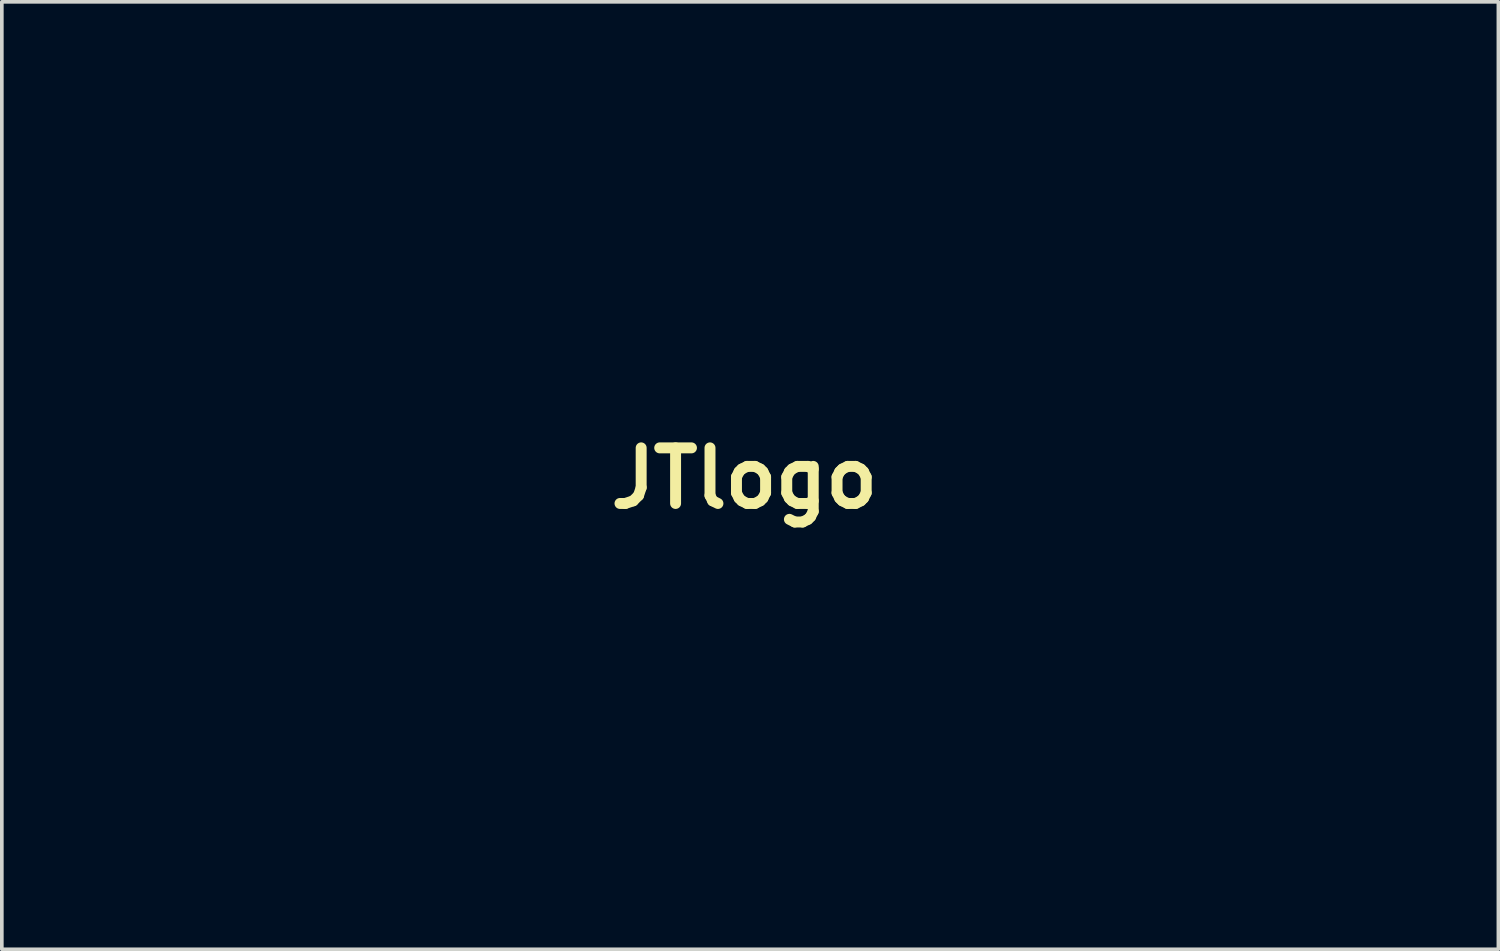
<source format=kicad_pcb>
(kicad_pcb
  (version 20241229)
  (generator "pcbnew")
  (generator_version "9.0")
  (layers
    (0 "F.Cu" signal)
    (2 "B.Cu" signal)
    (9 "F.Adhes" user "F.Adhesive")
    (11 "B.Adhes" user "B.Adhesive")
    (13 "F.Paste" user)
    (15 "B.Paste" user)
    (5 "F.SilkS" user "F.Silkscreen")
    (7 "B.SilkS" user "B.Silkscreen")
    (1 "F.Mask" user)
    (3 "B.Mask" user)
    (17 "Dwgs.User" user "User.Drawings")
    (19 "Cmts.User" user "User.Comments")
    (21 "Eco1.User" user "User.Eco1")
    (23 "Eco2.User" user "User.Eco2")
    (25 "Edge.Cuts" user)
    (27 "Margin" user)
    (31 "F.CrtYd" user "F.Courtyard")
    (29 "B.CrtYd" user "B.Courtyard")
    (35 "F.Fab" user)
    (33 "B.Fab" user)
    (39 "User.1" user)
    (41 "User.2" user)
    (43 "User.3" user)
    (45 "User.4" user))
  (footprint "JTlogo"
    (layer "F.Cu")
    (at 17.358 10.063)
    (property "Reference" "JTlogo" (at 0 0 0) (layer "F.SilkS") (effects (font (size 1.524 1.524) (thickness 0.3))))
    (attr through_hole)
    (fp_poly (pts (xy 17.478 -5.433) (xy 17.598 -5.424) (xy 17.654 -5.403) (xy 17.664 -5.366) (xy 17.66 -5.347) (xy 17.633 -5.25) (xy 17.585 -5.073) (xy 17.519 -4.828) (xy 17.438 -4.526) (xy 17.345 -4.18) (xy 17.244 -3.801) (xy 17.137 -3.402) (xy 17.029 -2.994) (xy 16.921 -2.589) (xy 16.817 -2.198) (xy 16.721 -1.835) (xy 16.635 -1.511) (xy 16.563 -1.237) (xy 16.507 -1.026) (xy 16.472 -0.889) (xy 16.459 -0.839) (xy 16.41 -0.834) (xy 16.269 -0.829) (xy 16.044 -0.825) (xy 15.747 -0.821) (xy 15.385 -0.818) (xy 14.968 -0.816) (xy 14.507 -0.814) (xy 14.009 -0.813) (xy 13.792 -0.813) (xy 13.282 -0.812) (xy 12.804 -0.811) (xy 12.368 -0.809) (xy 11.982 -0.807) (xy 11.656 -0.804) (xy 11.4 -0.801) (xy 11.223 -0.797) (xy 11.134 -0.793) (xy 11.125 -0.791) (xy 11.112 -0.74) (xy 11.075 -0.597) (xy 11.015 -0.369) (xy 10.933 -0.062) (xy 10.832 0.318) (xy 10.713 0.765) (xy 10.578 1.271) (xy 10.428 1.831) (xy 10.266 2.439) (xy 10.093 3.088) (xy 9.91 3.771) (xy 9.72 4.483) (xy 9.703 4.547) (xy 9.512 5.26) (xy 9.328 5.947) (xy 9.154 6.599) (xy 8.991 7.21) (xy 8.84 7.775) (xy 8.704 8.286) (xy 8.583 8.738) (xy 8.481 9.124) (xy 8.397 9.438) (xy 8.335 9.674) (xy 8.296 9.824) (xy 8.281 9.884) (xy 8.28 9.884) (xy 8.231 9.889) (xy 8.091 9.893) (xy 7.869 9.897) (xy 7.575 9.9) (xy 7.22 9.903) (xy 6.815 9.904) (xy 6.368 9.906) (xy 5.969 9.906) (xy 5.495 9.906) (xy 5.054 9.905) (xy 4.656 9.903) (xy 4.311 9.901) (xy 4.028 9.898) (xy 3.819 9.895) (xy 3.692 9.891) (xy 3.658 9.888) (xy 3.672 9.833) (xy 3.706 9.724) (xy 3.706 9.723) (xy 3.75 9.576) (xy 3.799 9.399) (xy 3.809 9.36) (xy 3.865 9.144) (xy 5.768 9.144) (xy 6.196 9.143) (xy 6.591 9.141) (xy 6.941 9.138) (xy 7.235 9.134) (xy 7.462 9.128) (xy 7.611 9.123) (xy 7.67 9.116) (xy 7.671 9.116) (xy 7.684 9.065) (xy 7.721 8.923) (xy 7.78 8.7) (xy 7.859 8.401) (xy 7.956 8.036) (xy 8.069 7.611) (xy 8.196 7.135) (xy 8.334 6.615) (xy 8.482 6.06) (xy 8.638 5.477) (xy 8.799 4.873) (xy 8.963 4.258) (xy 9.129 3.637) (xy 9.294 3.02) (xy 9.456 2.414) (xy 9.613 1.827) (xy 9.763 1.267) (xy 9.904 0.741) (xy 10.033 0.257) (xy 10.15 -0.177) (xy 10.251 -0.553) (xy 10.334 -0.863) (xy 10.398 -1.1) (xy 10.441 -1.255) (xy 10.448 -1.283) (xy 10.529 -1.575) (xy 15.846 -1.575) (xy 15.896 -1.765) (xy 15.921 -1.859) (xy 15.969 -2.037) (xy 16.036 -2.288) (xy 16.119 -2.599) (xy 16.215 -2.957) (xy 16.32 -3.348) (xy 16.406 -3.67) (xy 16.513 -4.071) (xy 16.612 -4.439) (xy 16.698 -4.765) (xy 16.77 -5.036) (xy 16.823 -5.242) (xy 16.856 -5.37) (xy 16.866 -5.41) (xy 16.912 -5.422) (xy 17.037 -5.431) (xy 17.215 -5.435) (xy 17.275 -5.436) (xy 17.478 -5.433)) (stroke (width 0.01) (type solid)) (fill no) (layer "Eco2.User"))
    (fp_poly (pts (xy 0.291 -10.058) (xy 0.761 -10.056) (xy 1.143 -10.053) (xy 1.445 -10.049) (xy 1.675 -10.042) (xy 1.84 -10.034) (xy 1.948 -10.023) (xy 2.005 -10.01) (xy 2.018 -9.995) (xy 2.018 -9.994) (xy 1.998 -9.928) (xy 1.957 -9.779) (xy 1.898 -9.564) (xy 1.826 -9.298) (xy 1.744 -8.993) (xy 1.657 -8.667) (xy 1.568 -8.332) (xy 1.482 -8.005) (xy 1.401 -7.7) (xy 1.331 -7.431) (xy 1.274 -7.213) (xy 1.236 -7.062) (xy 1.22 -6.992) (xy 1.219 -6.989) (xy 1.266 -6.975) (xy 1.39 -6.968) (xy 1.569 -6.968) (xy 1.633 -6.97) (xy 2.047 -6.985) (xy 2.136 -7.315) (xy 2.195 -7.532) (xy 2.265 -7.793) (xy 2.333 -8.046) (xy 2.338 -8.065) (xy 2.45 -8.484) (xy 2.854 -8.484) (xy 3.055 -8.481) (xy 3.173 -8.472) (xy 3.227 -8.45) (xy 3.236 -8.413) (xy 3.232 -8.395) (xy 3.209 -8.313) (xy 3.166 -8.155) (xy 3.11 -7.944) (xy 3.046 -7.703) (xy 3.045 -7.698) (xy 2.981 -7.459) (xy 2.925 -7.253) (xy 2.882 -7.102) (xy 2.86 -7.026) (xy 2.859 -7.025) (xy 2.871 -7.016) (xy 2.919 -7.007) (xy 3.006 -6.999) (xy 3.138 -6.992) (xy 3.318 -6.986) (xy 3.552 -6.98) (xy 3.843 -6.975) (xy 4.196 -6.97) (xy 4.616 -6.966) (xy 5.107 -6.962) (xy 5.673 -6.959) (xy 6.319 -6.956) (xy 7.05 -6.953) (xy 7.869 -6.951) (xy 8.782 -6.949) (xy 9.636 -6.947) (xy 16.439 -6.934) (xy 15.83 -4.661) (xy 15.222 -2.388) (xy 12.569 -2.388) (xy 11.956 -2.387) (xy 11.438 -2.386) (xy 11.008 -2.383) (xy 10.659 -2.378) (xy 10.385 -2.373) (xy 10.178 -2.365) (xy 10.033 -2.355) (xy 9.943 -2.344) (xy 9.9 -2.33) (xy 9.895 -2.324) (xy 9.879 -2.267) (xy 9.838 -2.119) (xy 9.775 -1.885) (xy 9.691 -1.572) (xy 9.588 -1.187) (xy 9.467 -0.736) (xy 9.331 -0.225) (xy 9.18 0.34) (xy 9.017 0.951) (xy 8.843 1.603) (xy 8.66 2.288) (xy 8.47 3.002) (xy 8.454 3.06) (xy 7.036 8.381) (xy 4.737 8.381) (xy 4.157 8.381) (xy 3.672 8.379) (xy 3.278 8.375) (xy 2.966 8.369) (xy 2.733 8.362) (xy 2.571 8.352) (xy 2.475 8.34) (xy 2.439 8.325) (xy 2.438 8.323) (xy 2.451 8.268) (xy 2.488 8.123) (xy 2.547 7.897) (xy 2.626 7.599) (xy 2.721 7.235) (xy 2.833 6.816) (xy 2.957 6.349) (xy 3.091 5.843) (xy 3.234 5.306) (xy 3.383 4.746) (xy 3.537 4.172) (xy 3.691 3.593) (xy 3.846 3.017) (xy 3.997 2.452) (xy 4.143 1.906) (xy 4.282 1.389) (xy 4.412 0.907) (xy 4.529 0.471) (xy 4.633 0.088) (xy 4.72 -0.233) (xy 4.789 -0.485) (xy 4.837 -0.657) (xy 4.861 -0.743) (xy 4.864 -0.75) (xy 4.852 -0.767) (xy 4.795 -0.781) (xy 4.686 -0.791) (xy 4.517 -0.798) (xy 4.279 -0.803) (xy 3.965 -0.804) (xy 3.566 -0.804) (xy 3.073 -0.801) (xy 3.041 -0.801) (xy 1.195 -0.787) (xy 0.533 1.676) (xy 0.398 2.175) (xy 0.265 2.656) (xy 0.139 3.109) (xy 0.021 3.521) (xy -0.084 3.882) (xy -0.173 4.18) (xy -0.243 4.403) (xy -0.291 4.54) (xy -0.294 4.547) (xy -0.679 5.361) (xy -1.151 6.13) (xy -1.702 6.847) (xy -2.324 7.507) (xy -3.011 8.103) (xy -3.756 8.628) (xy -4.55 9.078) (xy -5.387 9.445) (xy -6.259 9.724) (xy -6.502 9.784) (xy -6.605 9.805) (xy -6.721 9.822) (xy -6.861 9.837) (xy -7.035 9.849) (xy -7.253 9.859) (xy -7.523 9.866) (xy -7.856 9.873) (xy -8.263 9.878) (xy -8.751 9.882) (xy -9.296 9.886) (xy -9.906 9.889) (xy -10.423 9.89) (xy -10.855 9.888) (xy -11.21 9.884) (xy -11.497 9.877) (xy -11.724 9.868) (xy -11.899 9.855) (xy -12.031 9.84) (xy -12.073 9.833) (xy -12.737 9.665) (xy -13.381 9.418) (xy -13.856 9.173) (xy -14.066 9.031) (xy -14.314 8.834) (xy -14.575 8.605) (xy -14.821 8.368) (xy -15.027 8.147) (xy -15.098 8.061) (xy -15.264 7.849) (xy -15.036 8.031) (xy -14.561 8.361) (xy -14.014 8.653) (xy -13.423 8.894) (xy -12.992 9.026) (xy -12.847 9.051) (xy -12.613 9.073) (xy -12.303 9.092) (xy -11.931 9.108) (xy -11.509 9.121) (xy -11.05 9.131) (xy -10.568 9.138) (xy -10.075 9.142) (xy -9.584 9.142) (xy -9.109 9.139) (xy -8.662 9.133) (xy -8.256 9.123) (xy -7.905 9.109) (xy -7.62 9.091) (xy -7.416 9.07) (xy -7.391 9.066) (xy -6.563 8.878) (xy -5.75 8.595) (xy -4.962 8.224) (xy -4.208 7.772) (xy -3.496 7.245) (xy -2.835 6.65) (xy -2.235 5.995) (xy -1.703 5.284) (xy -1.25 4.526) (xy -1.17 4.371) (xy -1.089 4.207) (xy -1.017 4.055) (xy -0.951 3.905) (xy -0.887 3.746) (xy -0.823 3.57) (xy -0.755 3.366) (xy -0.68 3.125) (xy -0.596 2.837) (xy -0.498 2.492) (xy -0.385 2.08) (xy -0.253 1.593) (xy -0.099 1.019) (xy -0.053 0.851) (xy 0.591 -1.549) (xy 2.832 -1.563) (xy 5.073 -1.576) (xy 5.15 -1.842) (xy 5.2 -2.022) (xy 5.244 -2.185) (xy 5.26 -2.248) (xy 5.294 -2.388) (xy 2.65 -2.388) (xy 2.136 -2.387) (xy 1.655 -2.384) (xy 1.216 -2.381) (xy 0.829 -2.376) (xy 0.503 -2.369) (xy 0.248 -2.362) (xy 0.072 -2.354) (xy -0.014 -2.346) (xy -0.022 -2.343) (xy -0.04 -2.286) (xy -0.082 -2.141) (xy -0.144 -1.917) (xy -0.225 -1.624) (xy -0.321 -1.272) (xy -0.43 -0.869) (xy -0.55 -0.427) (xy -0.677 0.046) (xy -0.686 0.083) (xy -0.849 0.687) (xy -0.988 1.203) (xy -1.109 1.641) (xy -1.213 2.01) (xy -1.304 2.32) (xy -1.385 2.582) (xy -1.459 2.804) (xy -1.53 2.997) (xy -1.6 3.172) (xy -1.673 3.336) (xy -1.752 3.502) (xy -1.812 3.622) (xy -2.131 4.206) (xy -2.484 4.743) (xy -2.888 5.256) (xy -3.361 5.77) (xy -3.615 6.022) (xy -4.284 6.602) (xy -5.006 7.11) (xy -5.769 7.542) (xy -6.562 7.89) (xy -7.373 8.149) (xy -8.191 8.314) (xy -8.331 8.332) (xy -8.546 8.35) (xy -8.862 8.363) (xy -9.278 8.371) (xy -9.795 8.375) (xy -10.411 8.374) (xy -11.024 8.37) (xy -11.558 8.365) (xy -12.002 8.36) (xy -12.365 8.355) (xy -12.659 8.348) (xy -12.895 8.34) (xy -13.082 8.33) (xy -13.233 8.317) (xy -13.357 8.301) (xy -13.465 8.282) (xy -13.568 8.258) (xy -13.664 8.232) (xy -14.372 7.993) (xy -15.01 7.682) (xy -15.577 7.3) (xy -16.071 6.847) (xy -16.492 6.325) (xy -16.838 5.734) (xy -16.895 5.616) (xy -17.097 5.098) (xy -17.24 4.545) (xy -17.328 3.956) (xy -17.352 3.627) (xy -17.353 3.297) (xy -17.33 2.952) (xy -17.279 2.577) (xy -17.198 2.157) (xy -17.086 1.677) (xy -16.941 1.123) (xy -16.876 0.889) (xy -16.833 0.737) (xy -14.514 0.723) (xy -13.95 0.721) (xy -13.48 0.72) (xy -13.097 0.721) (xy -12.794 0.723) (xy -12.563 0.728) (xy -12.397 0.736) (xy -12.289 0.746) (xy -12.232 0.758) (xy -12.217 0.774) (xy -12.217 0.774) (xy -12.238 0.845) (xy -12.28 0.993) (xy -12.337 1.2) (xy -12.403 1.446) (xy -12.424 1.524) (xy -12.53 1.967) (xy -12.588 2.335) (xy -12.598 2.642) (xy -12.56 2.902) (xy -12.473 3.129) (xy -12.421 3.221) (xy -12.304 3.378) (xy -12.175 3.511) (xy -12.111 3.56) (xy -11.953 3.658) (xy -11.977 3.411) (xy -11.978 3.18) (xy -11.941 2.896) (xy -11.863 2.542) (xy -11.833 2.426) (xy -11.782 2.235) (xy -11.374 2.235) (xy -11.171 2.237) (xy -11.052 2.247) (xy -10.997 2.268) (xy -10.987 2.305) (xy -10.992 2.324) (xy -11.014 2.406) (xy -11.056 2.564) (xy -11.111 2.775) (xy -11.174 3.017) (xy -11.176 3.023) (xy -11.239 3.265) (xy -11.295 3.477) (xy -11.337 3.636) (xy -11.36 3.72) (xy -11.36 3.721) (xy -11.362 3.746) (xy -11.345 3.766) (xy -11.298 3.781) (xy -11.212 3.792) (xy -11.076 3.8) (xy -10.88 3.805) (xy -10.614 3.808) (xy -10.267 3.81) (xy -9.83 3.81) (xy -9.793 3.81) (xy -9.298 3.809) (xy -8.891 3.805) (xy -8.558 3.796) (xy -8.288 3.781) (xy -8.066 3.758) (xy -7.879 3.724) (xy -7.713 3.678) (xy -7.556 3.618) (xy -7.394 3.543) (xy -7.244 3.467) (xy -6.903 3.249) (xy -6.55 2.947) (xy -6.498 2.896) (xy -6.328 2.718) (xy -6.183 2.544) (xy -6.057 2.361) (xy -5.944 2.155) (xy -5.838 1.912) (xy -5.732 1.619) (xy -5.621 1.262) (xy -5.499 0.828) (xy -5.412 0.504) (xy -5.322 0.163) (xy -5.241 -0.145) (xy -5.173 -0.407) (xy -5.121 -0.609) (xy -5.089 -0.737) (xy -5.08 -0.779) (xy -5.128 -0.791) (xy -5.259 -0.802) (xy -5.454 -0.809) (xy -5.696 -0.813) (xy -5.772 -0.813) (xy -6.463 -0.813) (xy -6.433 -0.927) (xy -6.405 -1.043) (xy -6.366 -1.209) (xy -6.343 -1.307) (xy -6.284 -1.572) (xy -4.852 -1.6) (xy -4.767 -1.905) (xy -4.726 -2.041) (xy -4.695 -2.149) (xy -4.683 -2.232) (xy -4.699 -2.294) (xy -4.754 -2.337) (xy -4.857 -2.366) (xy -5.018 -2.383) (xy -5.246 -2.391) (xy -5.552 -2.395) (xy -5.944 -2.398) (xy -6.191 -2.4) (xy -7.709 -2.413) (xy -7.442 -3.404) (xy -7.349 -3.75) (xy -7.237 -4.164) (xy -7.115 -4.616) (xy -6.992 -5.076) (xy -6.874 -5.512) (xy -6.83 -5.677) (xy -6.485 -6.96) (xy -4.944 -6.96) (xy -4.56 -6.96) (xy -4.211 -6.962) (xy -3.91 -6.965) (xy -3.668 -6.969) (xy -3.497 -6.974) (xy -3.412 -6.979) (xy -3.404 -6.981) (xy -3.391 -7.034) (xy -3.355 -7.172) (xy -3.3 -7.382) (xy -3.229 -7.652) (xy -3.145 -7.969) (xy -3.052 -8.319) (xy -3.046 -8.34) (xy -2.949 -8.703) (xy -2.858 -9.043) (xy -2.778 -9.345) (xy -2.711 -9.593) (xy -2.663 -9.773) (xy -2.638 -9.868) (xy -2.587 -10.058) (xy -0.272 -10.058) (xy 0.291 -10.058)) (stroke (width 0.01) (type solid)) (fill no) (layer "Eco2.User")))
  (gr_rect
    (start -3 -3)
    (end 38.028 22.974)
    (stroke (width 0.1) (type default))
    (fill no)
    (layer "Edge.Cuts")))
</source>
